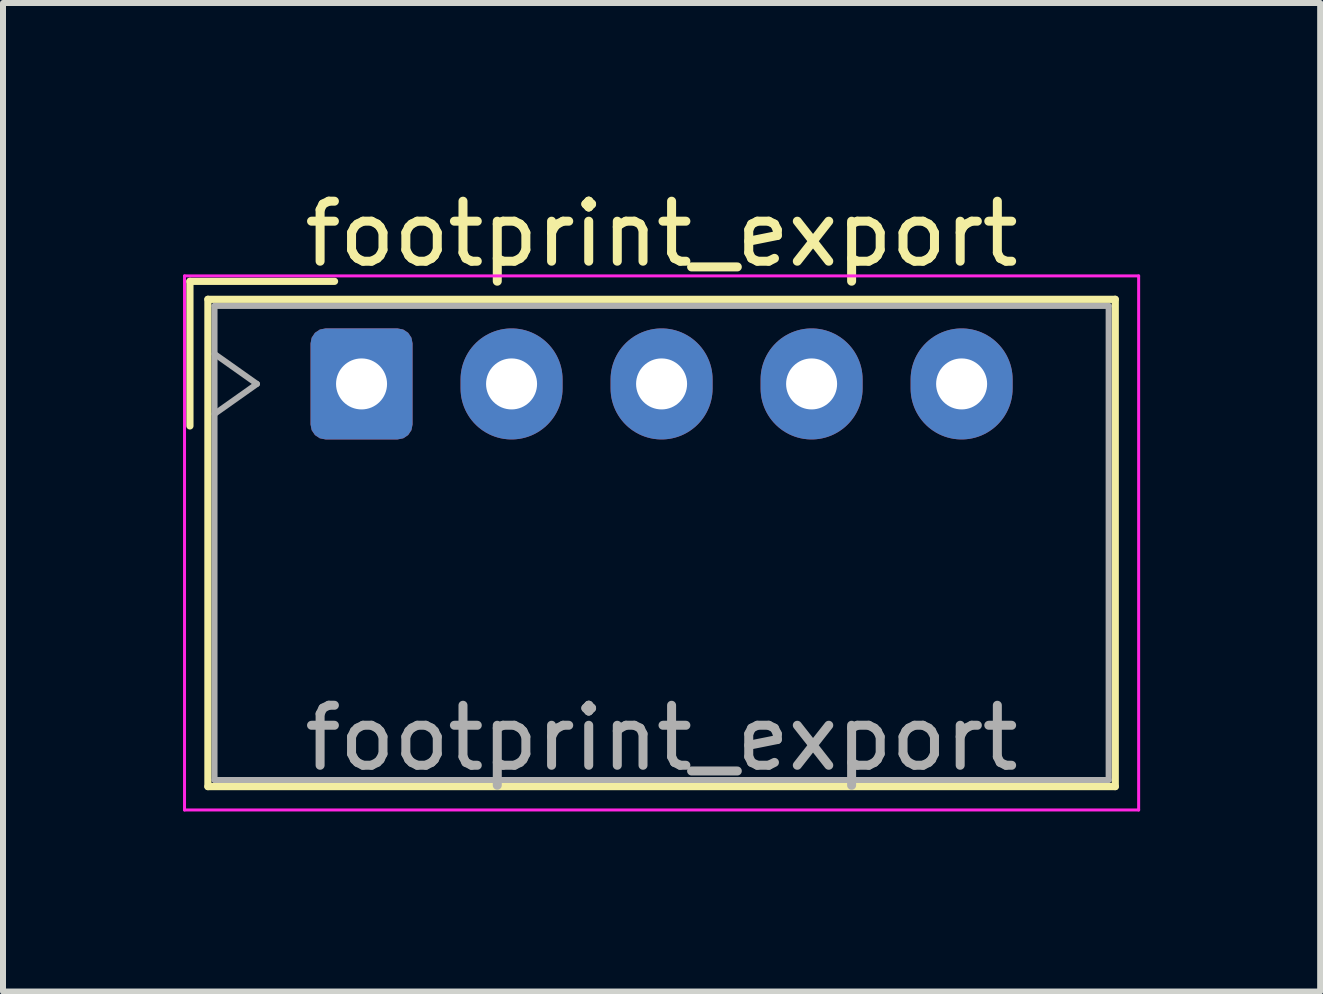
<source format=kicad_pcb>
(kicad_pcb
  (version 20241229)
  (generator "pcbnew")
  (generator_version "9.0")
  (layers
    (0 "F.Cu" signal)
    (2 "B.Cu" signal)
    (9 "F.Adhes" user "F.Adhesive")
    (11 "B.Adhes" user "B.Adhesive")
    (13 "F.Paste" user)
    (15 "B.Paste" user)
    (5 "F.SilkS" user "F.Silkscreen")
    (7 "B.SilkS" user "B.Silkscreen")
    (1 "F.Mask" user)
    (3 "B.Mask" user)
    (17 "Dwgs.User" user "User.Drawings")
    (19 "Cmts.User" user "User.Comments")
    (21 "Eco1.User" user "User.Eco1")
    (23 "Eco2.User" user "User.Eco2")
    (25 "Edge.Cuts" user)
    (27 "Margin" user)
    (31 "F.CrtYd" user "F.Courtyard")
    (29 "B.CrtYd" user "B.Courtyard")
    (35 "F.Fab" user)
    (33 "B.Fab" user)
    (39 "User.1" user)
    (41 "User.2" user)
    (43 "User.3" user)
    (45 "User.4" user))
  (footprint "footprint_export"
    (layer "F.Cu")
    (at 2.975 3.348)
    (property "Reference" "footprint_export" (at 5 -2.5 0) (layer "F.SilkS") (effects (font (size 1 1) (thickness 0.15))))
    (attr through_hole)
    (fp_line (start -2.86 -1.71) (end -0.45 -1.71) (stroke (width 0.12) (type solid)) (layer "F.SilkS"))
    (fp_line (start -2.86 0.7) (end -2.86 -1.71) (stroke (width 0.12) (type solid)) (layer "F.SilkS"))
    (fp_line (start -2.56 -1.41) (end -2.56 6.71) (stroke (width 0.12) (type solid)) (layer "F.SilkS"))
    (fp_line (start -2.56 6.71) (end 12.56 6.71) (stroke (width 0.12) (type solid)) (layer "F.SilkS"))
    (fp_line (start 12.56 -1.41) (end -2.56 -1.41) (stroke (width 0.12) (type solid)) (layer "F.SilkS"))
    (fp_line (start 12.56 6.71) (end 12.56 -1.41) (stroke (width 0.12) (type solid)) (layer "F.SilkS"))
    (fp_line (start -2.95 -1.8) (end -2.95 7.1) (stroke (width 0.05) (type solid)) (layer "F.CrtYd"))
    (fp_line (start -2.95 7.1) (end 12.95 7.1) (stroke (width 0.05) (type solid)) (layer "F.CrtYd"))
    (fp_line (start 12.95 -1.8) (end -2.95 -1.8) (stroke (width 0.05) (type solid)) (layer "F.CrtYd"))
    (fp_line (start 12.95 7.1) (end 12.95 -1.8) (stroke (width 0.05) (type solid)) (layer "F.CrtYd"))
    (fp_line (start -2.45 -1.3) (end -2.45 6.6) (stroke (width 0.1) (type solid)) (layer "F.Fab"))
    (fp_line (start -2.45 0.5) (end -1.743 0) (stroke (width 0.1) (type solid)) (layer "F.Fab"))
    (fp_line (start -2.45 6.6) (end 12.45 6.6) (stroke (width 0.1) (type solid)) (layer "F.Fab"))
    (fp_line (start -1.743 0) (end -2.45 -0.5) (stroke (width 0.1) (type solid)) (layer "F.Fab"))
    (fp_line (start 12.45 -1.3) (end -2.45 -1.3) (stroke (width 0.1) (type solid)) (layer "F.Fab"))
    (fp_line (start 12.45 6.6) (end 12.45 -1.3) (stroke (width 0.1) (type solid)) (layer "F.Fab"))
    (fp_text user "${REFERENCE}" (at 5 5.9 0) (layer "F.Fab") (effects (font (size 1 1) (thickness 0.15))))
    (pad "1" thru_hole roundrect (at 0 0) (size 1.7 1.85) (drill 0.85) (layers "*.Cu" "*.Mask") (roundrect_rratio 0.147))
    (pad "2" thru_hole oval (at 2.5 0) (size 1.7 1.85) (drill 0.85) (layers "*.Cu" "*.Mask"))
    (pad "3" thru_hole oval (at 5 0) (size 1.7 1.85) (drill 0.85) (layers "*.Cu" "*.Mask"))
    (pad "4" thru_hole oval (at 7.5 0) (size 1.7 1.85) (drill 0.85) (layers "*.Cu" "*.Mask"))
    (pad "5" thru_hole oval (at 10 0) (size 1.7 1.85) (drill 0.85) (layers "*.Cu" "*.Mask")))
  (gr_rect
    (start -3 -3)
    (end 18.95 13.473)
    (stroke (width 0.1) (type default))
    (fill no)
    (layer "Edge.Cuts")))
</source>
